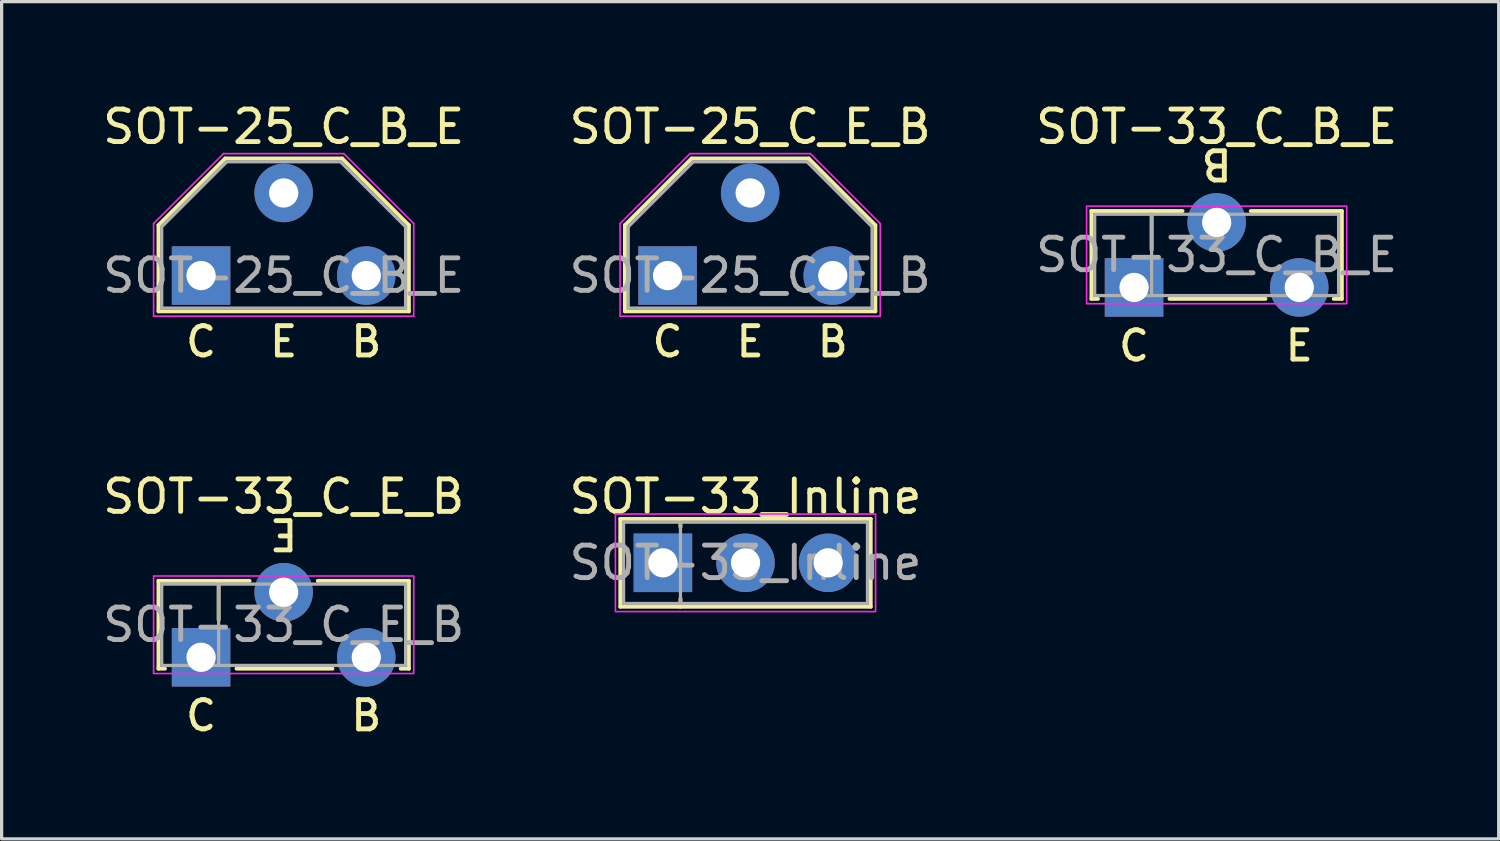
<source format=kicad_pcb>
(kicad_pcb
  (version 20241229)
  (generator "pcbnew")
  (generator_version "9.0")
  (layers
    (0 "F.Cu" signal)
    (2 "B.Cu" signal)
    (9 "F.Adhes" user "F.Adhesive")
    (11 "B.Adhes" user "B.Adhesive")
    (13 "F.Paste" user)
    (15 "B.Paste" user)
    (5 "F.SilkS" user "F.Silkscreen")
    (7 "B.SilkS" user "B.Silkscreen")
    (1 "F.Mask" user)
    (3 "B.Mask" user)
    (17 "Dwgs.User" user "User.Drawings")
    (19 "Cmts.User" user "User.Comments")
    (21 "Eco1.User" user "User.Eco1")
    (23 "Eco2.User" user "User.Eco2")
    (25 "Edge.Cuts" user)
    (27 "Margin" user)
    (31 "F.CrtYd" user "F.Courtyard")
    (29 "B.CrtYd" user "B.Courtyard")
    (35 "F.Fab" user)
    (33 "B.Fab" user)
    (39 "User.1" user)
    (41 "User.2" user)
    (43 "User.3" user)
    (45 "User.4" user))
  (footprint "SOT-33_C_E_B"
    (layer "F.Cu")
    (at 3.133 17.162)
    (property "Reference" "SOT-33_C_E_B" (at 2.54 -4.941 0) (layer "F.SilkS") (effects (font (size 1 1) (thickness 0.15))))
    (attr through_hole)
    (fp_line (start -1.31 -2.35) (end -1.31 0.35) (stroke (width 0.12) (type default)) (layer "F.SilkS"))
    (fp_line (start -1.31 -2.35) (end 1.49 -2.35) (stroke (width 0.12) (type default)) (layer "F.SilkS"))
    (fp_line (start -1.31 0.35) (end -1.11 0.35) (stroke (width 0.12) (type default)) (layer "F.SilkS"))
    (fp_line (start 0.54 -2.35) (end 0.54 -1.15) (stroke (width 0.12) (type default)) (layer "F.SilkS"))
    (fp_line (start 1.09 0.35) (end 4.04 0.35) (stroke (width 0.12) (type default)) (layer "F.SilkS"))
    (fp_line (start 3.59 -2.35) (end 6.39 -2.35) (stroke (width 0.12) (type default)) (layer "F.SilkS"))
    (fp_line (start 6.39 0.35) (end 6.14 0.35) (stroke (width 0.12) (type default)) (layer "F.SilkS"))
    (fp_line (start 6.39 0.35) (end 6.39 -2.35) (stroke (width 0.12) (type default)) (layer "F.SilkS"))
    (fp_rect (start -1.46 -2.5) (end 6.54 0.5) (stroke (width 0.05) (type default)) (fill no) (layer "F.CrtYd"))
    (fp_line (start 0.54 -2.25) (end 0.54 0.25) (stroke (width 0.1) (type default)) (layer "F.Fab"))
    (fp_rect (start -1.21 -2.25) (end 6.29 0.25) (stroke (width 0.1) (type default)) (fill no) (layer "F.Fab"))
    (fp_text user "C" (at 0 1.794 0) (unlocked yes) (layer "F.SilkS") (effects (font (size 0.9 0.9) (thickness 0.15))))
    (fp_text user "E" (at 2.54 -3.794 180) (unlocked yes) (layer "F.SilkS") (effects (font (size 0.9 0.9) (thickness 0.15))))
    (fp_text user "B" (at 5.08 1.794 0) (unlocked yes) (layer "F.SilkS") (effects (font (size 0.9 0.9) (thickness 0.15))))
    (fp_text user "${REFERENCE}" (at 2.54 -1 0) (layer "F.Fab") (effects (font (size 1 1) (thickness 0.15))))
    (pad "1" thru_hole rect (at 0 0 90) (size 1.8 1.8) (drill 0.9) (layers "*.Cu" "*.Mask"))
    (pad "2" thru_hole circle (at 2.54 -2 90) (size 1.8 1.8) (drill 0.9) (layers "*.Cu" "*.Mask"))
    (pad "3" thru_hole circle (at 5.08 0 90) (size 1.8 1.8) (drill 0.9) (layers "*.Cu" "*.Mask")))
  (footprint "SOT-25_C_E_B"
    (layer "F.Cu")
    (at 17.478 5.424)
    (property "Reference" "SOT-25_C_E_B" (at 2.54 -4.576 0) (layer "F.SilkS") (effects (font (size 1 1) (thickness 0.15))))
    (attr through_hole)
    (fp_line (start -1.31 -1.55) (end -1.31 1.1) (stroke (width 0.12) (type default)) (layer "F.SilkS"))
    (fp_line (start -1.31 1.1) (end 6.39 1.1) (stroke (width 0.12) (type default)) (layer "F.SilkS"))
    (fp_line (start 0.74 -3.6) (end -1.31 -1.55) (stroke (width 0.12) (type default)) (layer "F.SilkS"))
    (fp_line (start 4.34 -3.6) (end 0.74 -3.6) (stroke (width 0.12) (type default)) (layer "F.SilkS"))
    (fp_line (start 6.39 -1.55) (end 4.34 -3.6) (stroke (width 0.12) (type default)) (layer "F.SilkS"))
    (fp_line (start 6.39 1.1) (end 6.39 -1.55) (stroke (width 0.12) (type default)) (layer "F.SilkS"))
    (fp_line (start -1.46 -1.6) (end -1.46 1.25) (stroke (width 0.05) (type default)) (layer "F.CrtYd"))
    (fp_line (start -1.46 1.25) (end 6.54 1.25) (stroke (width 0.05) (type default)) (layer "F.CrtYd"))
    (fp_line (start 0.69 -3.75) (end -1.46 -1.6) (stroke (width 0.05) (type default)) (layer "F.CrtYd"))
    (fp_line (start 4.39 -3.75) (end 0.69 -3.75) (stroke (width 0.05) (type default)) (layer "F.CrtYd"))
    (fp_line (start 6.54 -1.6) (end 4.39 -3.75) (stroke (width 0.05) (type default)) (layer "F.CrtYd"))
    (fp_line (start 6.54 1.25) (end 6.54 -1.6) (stroke (width 0.05) (type default)) (layer "F.CrtYd"))
    (fp_line (start -1.21 1) (end -1.21 -1.5) (stroke (width 0.1) (type default)) (layer "F.Fab"))
    (fp_line (start -1.21 1) (end 6.29 1) (stroke (width 0.1) (type default)) (layer "F.Fab"))
    (fp_line (start 0.79 -3.5) (end -1.21 -1.5) (stroke (width 0.1) (type default)) (layer "F.Fab"))
    (fp_line (start 0.79 -3.5) (end 4.29 -3.5) (stroke (width 0.1) (type default)) (layer "F.Fab"))
    (fp_line (start 4.29 -3.5) (end 6.29 -1.5) (stroke (width 0.1) (type default)) (layer "F.Fab"))
    (fp_line (start 6.29 1) (end 6.29 -1.5) (stroke (width 0.1) (type default)) (layer "F.Fab"))
    (fp_text user "B" (at 5.08 2.032 0) (unlocked yes) (layer "F.SilkS") (effects (font (size 0.9 0.9) (thickness 0.15))))
    (fp_text user "C" (at 0 2.032 0) (unlocked yes) (layer "F.SilkS") (effects (font (size 0.9 0.9) (thickness 0.15))))
    (fp_text user "E" (at 2.54 2.032 0) (unlocked yes) (layer "F.SilkS") (effects (font (size 0.9 0.9) (thickness 0.15))))
    (fp_text user "${REFERENCE}" (at 2.54 0 0) (layer "F.Fab") (effects (font (size 1 1) (thickness 0.15))))
    (pad "1" thru_hole rect (at 0 0 90) (size 1.8 1.8) (drill 0.9) (layers "*.Cu" "*.Mask"))
    (pad "2" thru_hole circle (at 2.54 -2.54 90) (size 1.8 1.8) (drill 0.9) (layers "*.Cu" "*.Mask"))
    (pad "3" thru_hole circle (at 5.08 0 90) (size 1.8 1.8) (drill 0.9) (layers "*.Cu" "*.Mask")))
  (footprint "SOT-33_Inline"
    (layer "F.Cu")
    (at 17.335 14.257)
    (property "Reference" "SOT-33_Inline" (at 2.54 -2.036 0) (layer "F.SilkS") (effects (font (size 1 1) (thickness 0.15))))
    (attr through_hole)
    (fp_line (start -1.31 -1.35) (end -1.31 1.35) (stroke (width 0.12) (type default)) (layer "F.SilkS"))
    (fp_line (start -1.31 1.35) (end 6.39 1.35) (stroke (width 0.12) (type default)) (layer "F.SilkS"))
    (fp_line (start 0.54 -1.35) (end 0.54 -1.1) (stroke (width 0.12) (type default)) (layer "F.SilkS"))
    (fp_line (start 0.54 1.35) (end 0.54 1.1) (stroke (width 0.12) (type default)) (layer "F.SilkS"))
    (fp_line (start 6.39 -1.35) (end -1.31 -1.35) (stroke (width 0.12) (type default)) (layer "F.SilkS"))
    (fp_line (start 6.39 1.35) (end 6.39 -1.35) (stroke (width 0.12) (type default)) (layer "F.SilkS"))
    (fp_rect (start -1.46 -1.5) (end 6.54 1.5) (stroke (width 0.05) (type default)) (fill no) (layer "F.CrtYd"))
    (fp_line (start 0.54 -1.25) (end 0.54 1.25) (stroke (width 0.1) (type default)) (layer "F.Fab"))
    (fp_rect (start -1.21 -1.25) (end 6.29 1.25) (stroke (width 0.1) (type default)) (fill no) (layer "F.Fab"))
    (fp_text user "${REFERENCE}" (at 2.54 0 0) (layer "F.Fab") (effects (font (size 1 1) (thickness 0.15))))
    (pad "1" thru_hole rect (at 0 0 90) (size 1.8 1.8) (drill 0.9) (layers "*.Cu" "*.Mask"))
    (pad "2" thru_hole circle (at 2.54 0 90) (size 1.8 1.8) (drill 0.9) (layers "*.Cu" "*.Mask"))
    (pad "3" thru_hole circle (at 5.08 0 90) (size 1.8 1.8) (drill 0.9) (layers "*.Cu" "*.Mask")))
  (footprint "SOT-33_C_B_E"
    (layer "F.Cu")
    (at 31.823 5.789)
    (property "Reference" "SOT-33_C_B_E" (at 2.54 -4.941 0) (layer "F.SilkS") (effects (font (size 1 1) (thickness 0.15))))
    (attr through_hole)
    (fp_line (start -1.31 -2.35) (end -1.31 0.35) (stroke (width 0.12) (type default)) (layer "F.SilkS"))
    (fp_line (start -1.31 -2.35) (end 1.49 -2.35) (stroke (width 0.12) (type default)) (layer "F.SilkS"))
    (fp_line (start -1.31 0.35) (end -1.11 0.35) (stroke (width 0.12) (type default)) (layer "F.SilkS"))
    (fp_line (start 0.54 -2.35) (end 0.54 -1.15) (stroke (width 0.12) (type default)) (layer "F.SilkS"))
    (fp_line (start 1.09 0.35) (end 4.04 0.35) (stroke (width 0.12) (type default)) (layer "F.SilkS"))
    (fp_line (start 3.59 -2.35) (end 6.39 -2.35) (stroke (width 0.12) (type default)) (layer "F.SilkS"))
    (fp_line (start 6.39 0.35) (end 6.14 0.35) (stroke (width 0.12) (type default)) (layer "F.SilkS"))
    (fp_line (start 6.39 0.35) (end 6.39 -2.35) (stroke (width 0.12) (type default)) (layer "F.SilkS"))
    (fp_rect (start -1.46 -2.5) (end 6.54 0.5) (stroke (width 0.05) (type default)) (fill no) (layer "F.CrtYd"))
    (fp_line (start 0.54 -2.25) (end 0.54 0.25) (stroke (width 0.1) (type default)) (layer "F.Fab"))
    (fp_rect (start -1.21 -2.25) (end 6.29 0.25) (stroke (width 0.1) (type default)) (fill no) (layer "F.Fab"))
    (fp_text user "B" (at 2.54 -3.794 180) (unlocked yes) (layer "F.SilkS") (effects (font (size 0.9 0.9) (thickness 0.15))))
    (fp_text user "E" (at 5.08 1.794 0) (unlocked yes) (layer "F.SilkS") (effects (font (size 0.9 0.9) (thickness 0.15))))
    (fp_text user "C" (at 0 1.794 0) (unlocked yes) (layer "F.SilkS") (effects (font (size 0.9 0.9) (thickness 0.15))))
    (fp_text user "${REFERENCE}" (at 2.54 -1 0) (layer "F.Fab") (effects (font (size 1 1) (thickness 0.15))))
    (pad "1" thru_hole rect (at 0 0 90) (size 1.8 1.8) (drill 0.9) (layers "*.Cu" "*.Mask"))
    (pad "2" thru_hole circle (at 2.54 -2 90) (size 1.8 1.8) (drill 0.9) (layers "*.Cu" "*.Mask"))
    (pad "3" thru_hole circle (at 5.08 0 90) (size 1.8 1.8) (drill 0.9) (layers "*.Cu" "*.Mask")))
  (footprint "SOT-25_C_B_E"
    (layer "F.Cu")
    (at 3.133 5.424)
    (property "Reference" "SOT-25_C_B_E" (at 2.54 -4.576 0) (layer "F.SilkS") (effects (font (size 1 1) (thickness 0.15))))
    (attr through_hole)
    (fp_line (start -1.31 -1.55) (end -1.31 1.1) (stroke (width 0.12) (type default)) (layer "F.SilkS"))
    (fp_line (start -1.31 1.1) (end 6.39 1.1) (stroke (width 0.12) (type default)) (layer "F.SilkS"))
    (fp_line (start 0.74 -3.6) (end -1.31 -1.55) (stroke (width 0.12) (type default)) (layer "F.SilkS"))
    (fp_line (start 4.34 -3.6) (end 0.74 -3.6) (stroke (width 0.12) (type default)) (layer "F.SilkS"))
    (fp_line (start 6.39 -1.55) (end 4.34 -3.6) (stroke (width 0.12) (type default)) (layer "F.SilkS"))
    (fp_line (start 6.39 1.1) (end 6.39 -1.55) (stroke (width 0.12) (type default)) (layer "F.SilkS"))
    (fp_line (start -1.46 -1.6) (end -1.46 1.25) (stroke (width 0.05) (type default)) (layer "F.CrtYd"))
    (fp_line (start -1.46 1.25) (end 6.54 1.25) (stroke (width 0.05) (type default)) (layer "F.CrtYd"))
    (fp_line (start 0.69 -3.75) (end -1.46 -1.6) (stroke (width 0.05) (type default)) (layer "F.CrtYd"))
    (fp_line (start 4.39 -3.75) (end 0.69 -3.75) (stroke (width 0.05) (type default)) (layer "F.CrtYd"))
    (fp_line (start 6.54 -1.6) (end 4.39 -3.75) (stroke (width 0.05) (type default)) (layer "F.CrtYd"))
    (fp_line (start 6.54 1.25) (end 6.54 -1.6) (stroke (width 0.05) (type default)) (layer "F.CrtYd"))
    (fp_line (start -1.21 1) (end -1.21 -1.5) (stroke (width 0.1) (type default)) (layer "F.Fab"))
    (fp_line (start -1.21 1) (end 6.29 1) (stroke (width 0.1) (type default)) (layer "F.Fab"))
    (fp_line (start 0.79 -3.5) (end -1.21 -1.5) (stroke (width 0.1) (type default)) (layer "F.Fab"))
    (fp_line (start 0.79 -3.5) (end 4.29 -3.5) (stroke (width 0.1) (type default)) (layer "F.Fab"))
    (fp_line (start 4.29 -3.5) (end 6.29 -1.5) (stroke (width 0.1) (type default)) (layer "F.Fab"))
    (fp_line (start 6.29 1) (end 6.29 -1.5) (stroke (width 0.1) (type default)) (layer "F.Fab"))
    (fp_text user "C" (at 0 2.032 0) (unlocked yes) (layer "F.SilkS") (effects (font (size 0.9 0.9) (thickness 0.15))))
    (fp_text user "B" (at 5.08 2.032 0) (unlocked yes) (layer "F.SilkS") (effects (font (size 0.9 0.9) (thickness 0.15))))
    (fp_text user "E" (at 2.54 2.032 0) (unlocked yes) (layer "F.SilkS") (effects (font (size 0.9 0.9) (thickness 0.15))))
    (fp_text user "${REFERENCE}" (at 2.54 0 0) (layer "F.Fab") (effects (font (size 1 1) (thickness 0.15))))
    (pad "1" thru_hole rect (at 0 0 90) (size 1.8 1.8) (drill 0.9) (layers "*.Cu" "*.Mask"))
    (pad "2" thru_hole circle (at 2.54 -2.54 90) (size 1.8 1.8) (drill 0.9) (layers "*.Cu" "*.Mask"))
    (pad "3" thru_hole circle (at 5.08 0 90) (size 1.8 1.8) (drill 0.9) (layers "*.Cu" "*.Mask")))
  (gr_rect
    (start -3 -3)
    (end 43.036 22.746)
    (stroke (width 0.1) (type default))
    (fill no)
    (layer "Edge.Cuts")))
</source>
